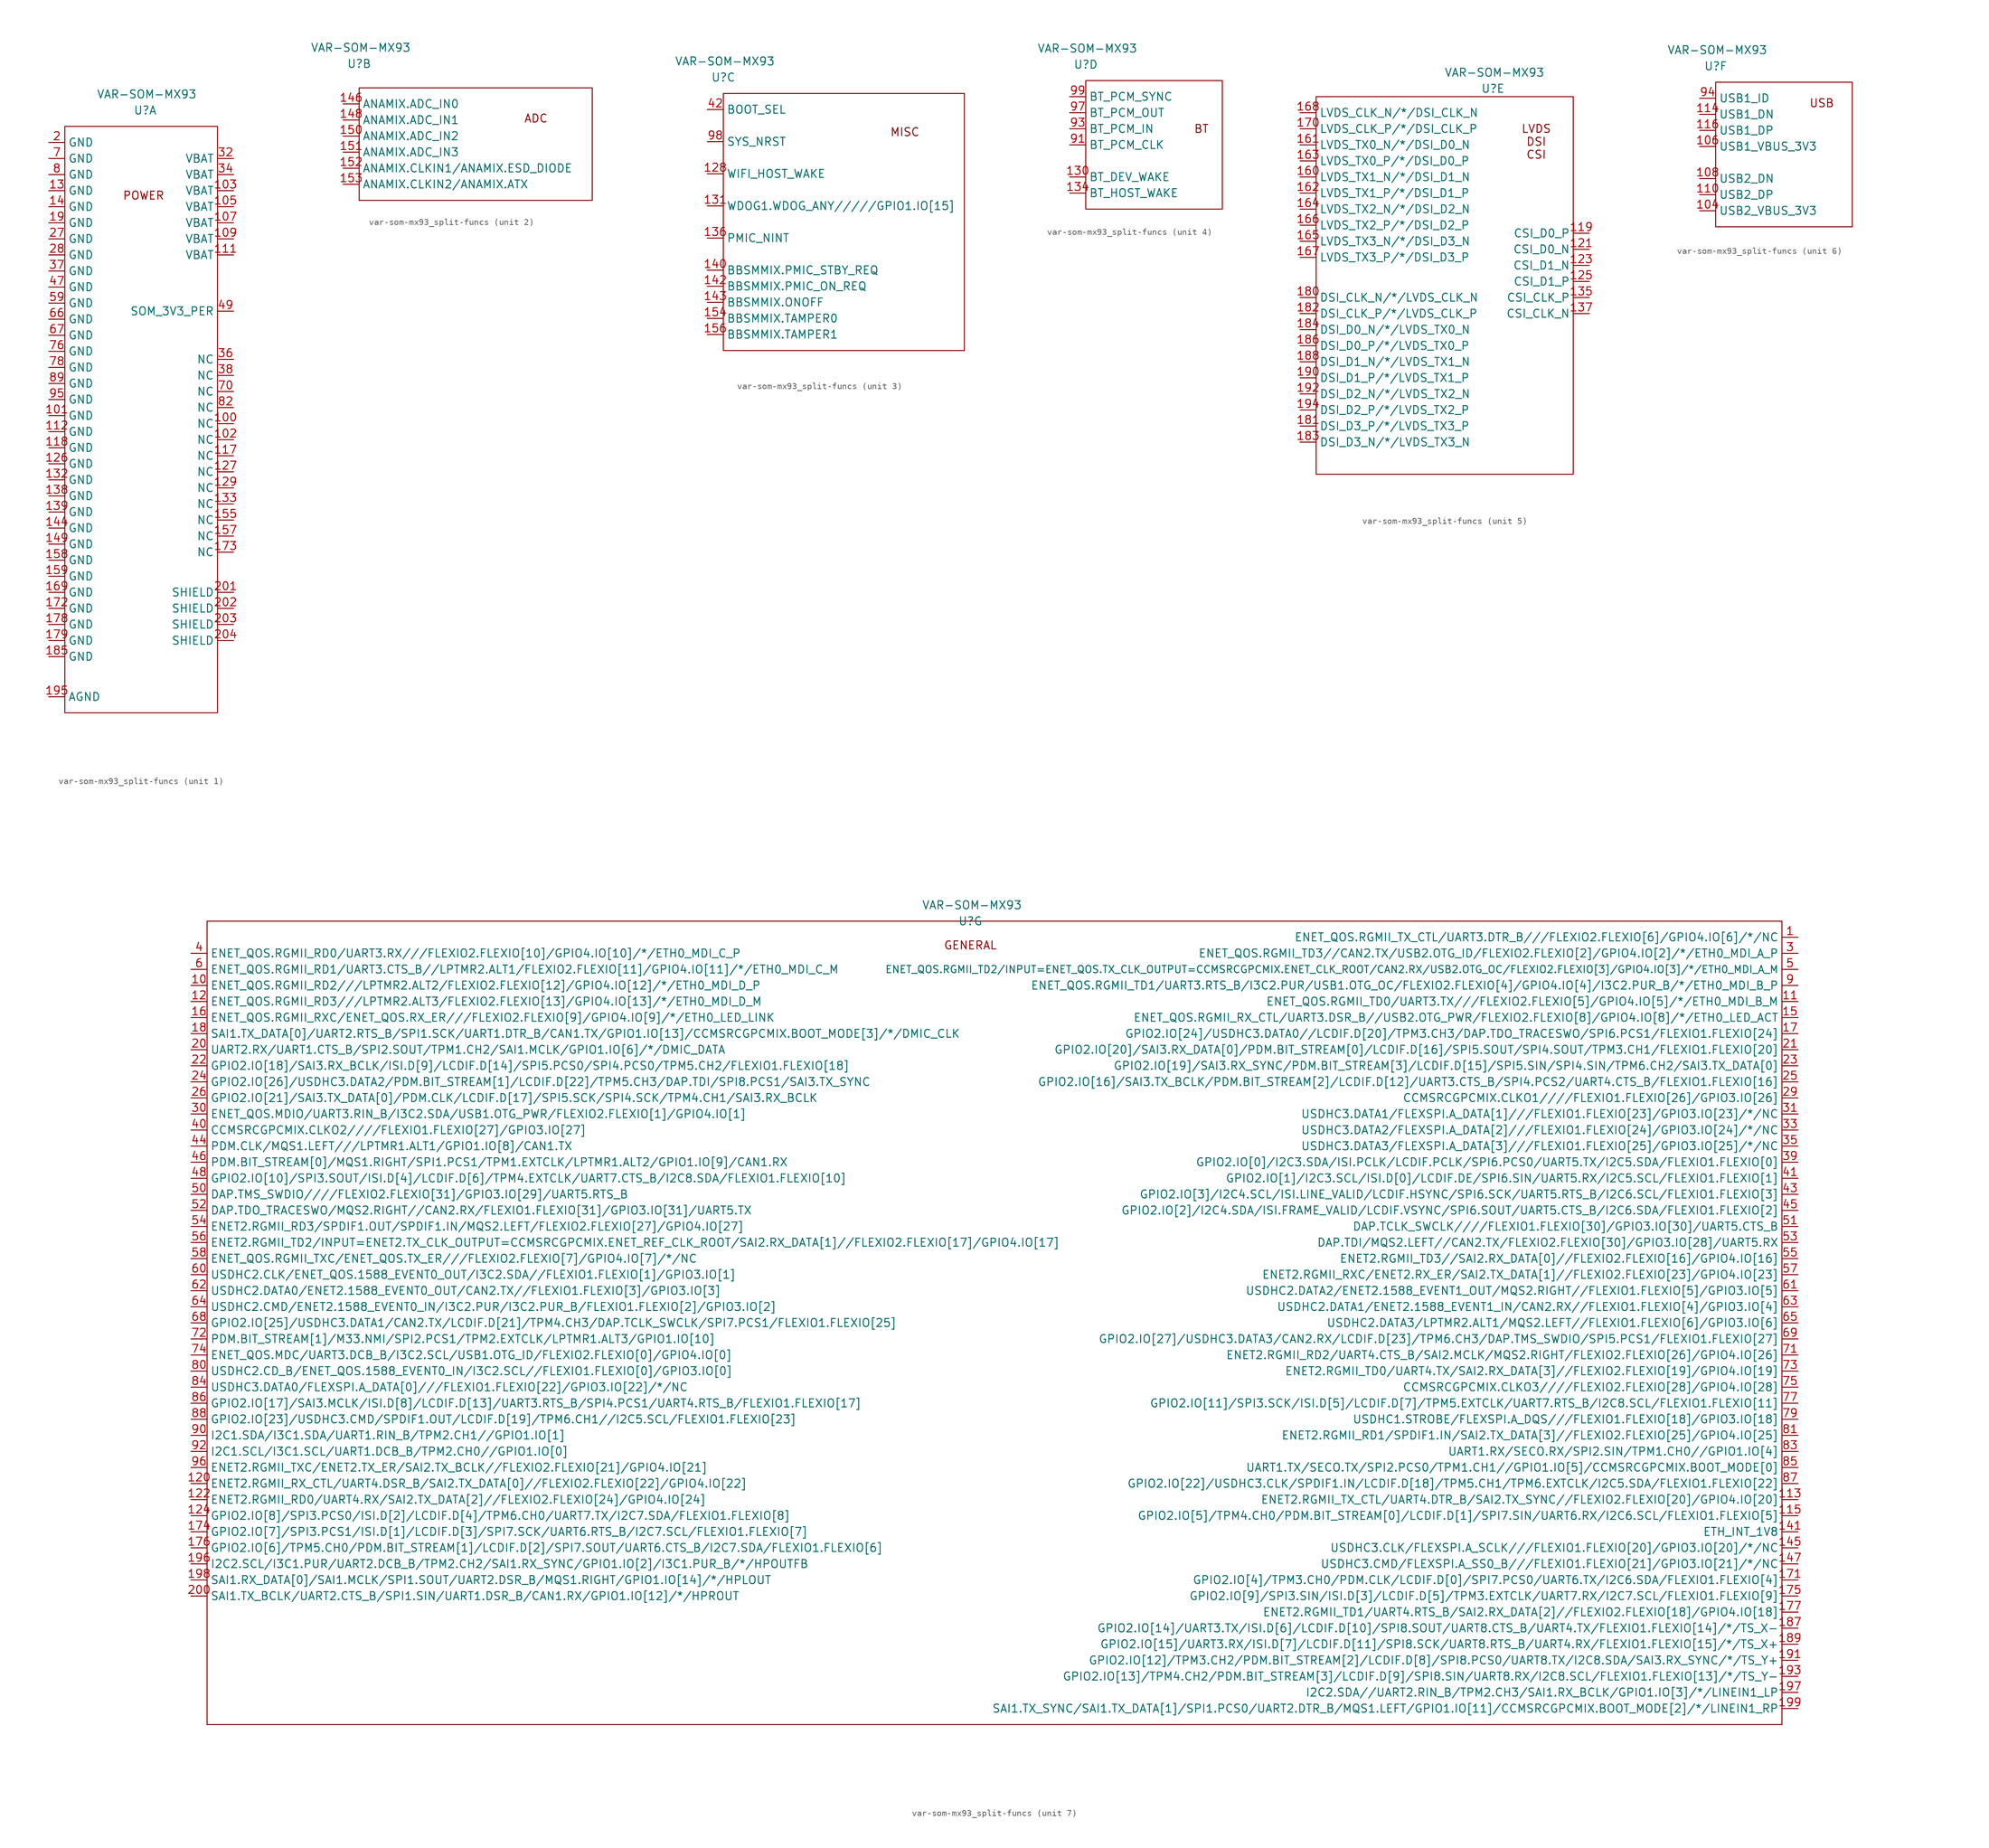
<source format=kicad_sym>
(kicad_symbol_lib
  (version 20241209)
  (generator "kicad_symbol_editor")
  (generator_version "9.0")
  (symbol "var-som-mx93_split-funcs"
    (property "Reference" "U"
      (at 0 0 0)
      (effects (font (size 1.27 1.27))))
    (property "Value" "VAR-SOM-MX93"
      (at 0.254 2.54 0)
      (effects (font (size 1.27 1.27))))
    (property "ki_locked" ""
      (at 0 0 0)
      (effects (font (size 1.27 1.27))))
    (symbol "var-som-mx93_split-funcs_1_0"
      (pin unspecified line (at -15.24 -5.08 0) (length 2.54) (name "GND" (effects (font (size 1.27 1.27)))) (number "2" (effects (font (size 1.27 1.27)))))
      (pin unspecified line (at -15.24 -7.62 0) (length 2.54) (name "GND" (effects (font (size 1.27 1.27)))) (number "7" (effects (font (size 1.27 1.27)))))
      (pin unspecified line (at -15.24 -10.16 0) (length 2.54) (name "GND" (effects (font (size 1.27 1.27)))) (number "8" (effects (font (size 1.27 1.27)))))
      (pin unspecified line (at -15.24 -12.7 0) (length 2.54) (name "GND" (effects (font (size 1.27 1.27)))) (number "13" (effects (font (size 1.27 1.27)))))
      (pin unspecified line (at -15.24 -15.24 0) (length 2.54) (name "GND" (effects (font (size 1.27 1.27)))) (number "14" (effects (font (size 1.27 1.27)))))
      (pin unspecified line (at -15.24 -17.78 0) (length 2.54) (name "GND" (effects (font (size 1.27 1.27)))) (number "19" (effects (font (size 1.27 1.27)))))
      (pin unspecified line (at -15.24 -20.32 0) (length 2.54) (name "GND" (effects (font (size 1.27 1.27)))) (number "27" (effects (font (size 1.27 1.27)))))
      (pin unspecified line (at -15.24 -22.86 0) (length 2.54) (name "GND" (effects (font (size 1.27 1.27)))) (number "28" (effects (font (size 1.27 1.27)))))
      (pin unspecified line (at -15.24 -25.4 0) (length 2.54) (name "GND" (effects (font (size 1.27 1.27)))) (number "37" (effects (font (size 1.27 1.27)))))
      (pin unspecified line (at -15.24 -27.94 0) (length 2.54) (name "GND" (effects (font (size 1.27 1.27)))) (number "47" (effects (font (size 1.27 1.27)))))
      (pin unspecified line (at -15.24 -30.48 0) (length 2.54) (name "GND" (effects (font (size 1.27 1.27)))) (number "59" (effects (font (size 1.27 1.27)))))
      (pin unspecified line (at -15.24 -33.02 0) (length 2.54) (name "GND" (effects (font (size 1.27 1.27)))) (number "66" (effects (font (size 1.27 1.27)))))
      (pin unspecified line (at -15.24 -35.56 0) (length 2.54) (name "GND" (effects (font (size 1.27 1.27)))) (number "67" (effects (font (size 1.27 1.27)))))
      (pin unspecified line (at -15.24 -38.1 0) (length 2.54) (name "GND" (effects (font (size 1.27 1.27)))) (number "76" (effects (font (size 1.27 1.27)))))
      (pin unspecified line (at -15.24 -40.64 0) (length 2.54) (name "GND" (effects (font (size 1.27 1.27)))) (number "78" (effects (font (size 1.27 1.27)))))
      (pin unspecified line (at -15.24 -43.18 0) (length 2.54) (name "GND" (effects (font (size 1.27 1.27)))) (number "89" (effects (font (size 1.27 1.27)))))
      (pin unspecified line (at -15.24 -45.72 0) (length 2.54) (name "GND" (effects (font (size 1.27 1.27)))) (number "95" (effects (font (size 1.27 1.27)))))
      (pin unspecified line (at -15.24 -48.26 0) (length 2.54) (name "GND" (effects (font (size 1.27 1.27)))) (number "101" (effects (font (size 1.27 1.27)))))
      (pin unspecified line (at -15.24 -50.8 0) (length 2.54) (name "GND" (effects (font (size 1.27 1.27)))) (number "112" (effects (font (size 1.27 1.27)))))
      (pin unspecified line (at -15.24 -53.34 0) (length 2.54) (name "GND" (effects (font (size 1.27 1.27)))) (number "118" (effects (font (size 1.27 1.27)))))
      (pin unspecified line (at -15.24 -55.88 0) (length 2.54) (name "GND" (effects (font (size 1.27 1.27)))) (number "126" (effects (font (size 1.27 1.27)))))
      (pin unspecified line (at -15.24 -58.42 0) (length 2.54) (name "GND" (effects (font (size 1.27 1.27)))) (number "132" (effects (font (size 1.27 1.27)))))
      (pin unspecified line (at -15.24 -60.96 0) (length 2.54) (name "GND" (effects (font (size 1.27 1.27)))) (number "138" (effects (font (size 1.27 1.27)))))
      (pin unspecified line (at -15.24 -63.5 0) (length 2.54) (name "GND" (effects (font (size 1.27 1.27)))) (number "139" (effects (font (size 1.27 1.27)))))
      (pin unspecified line (at -15.24 -66.04 0) (length 2.54) (name "GND" (effects (font (size 1.27 1.27)))) (number "144" (effects (font (size 1.27 1.27)))))
      (pin unspecified line (at -15.24 -68.58 0) (length 2.54) (name "GND" (effects (font (size 1.27 1.27)))) (number "149" (effects (font (size 1.27 1.27)))))
      (pin unspecified line (at -15.24 -71.12 0) (length 2.54) (name "GND" (effects (font (size 1.27 1.27)))) (number "158" (effects (font (size 1.27 1.27)))))
      (pin unspecified line (at -15.24 -73.66 0) (length 2.54) (name "GND" (effects (font (size 1.27 1.27)))) (number "159" (effects (font (size 1.27 1.27)))))
      (pin unspecified line (at -15.24 -76.2 0) (length 2.54) (name "GND" (effects (font (size 1.27 1.27)))) (number "169" (effects (font (size 1.27 1.27)))))
      (pin unspecified line (at -15.24 -78.74 0) (length 2.54) (name "GND" (effects (font (size 1.27 1.27)))) (number "172" (effects (font (size 1.27 1.27)))))
      (pin unspecified line (at -15.24 -81.28 0) (length 2.54) (name "GND" (effects (font (size 1.27 1.27)))) (number "178" (effects (font (size 1.27 1.27)))))
      (pin unspecified line (at -15.24 -83.82 0) (length 2.54) (name "GND" (effects (font (size 1.27 1.27)))) (number "179" (effects (font (size 1.27 1.27)))))
      (pin unspecified line (at -15.24 -86.36 0) (length 2.54) (name "GND" (effects (font (size 1.27 1.27)))) (number "185" (effects (font (size 1.27 1.27)))))
      (pin unspecified line (at -15.24 -92.71 0) (length 2.54) (name "AGND" (effects (font (size 1.27 1.27)))) (number "195" (effects (font (size 1.27 1.27)))))
      (pin unspecified line (at 13.97 -7.62 180) (length 2.54) (name "VBAT" (effects (font (size 1.27 1.27)))) (number "32" (effects (font (size 1.27 1.27)))))
      (pin unspecified line (at 13.97 -10.16 180) (length 2.54) (name "VBAT" (effects (font (size 1.27 1.27)))) (number "34" (effects (font (size 1.27 1.27)))))
      (pin unspecified line (at 13.97 -12.7 180) (length 2.54) (name "VBAT" (effects (font (size 1.27 1.27)))) (number "103" (effects (font (size 1.27 1.27)))))
      (pin unspecified line (at 13.97 -15.24 180) (length 2.54) (name "VBAT" (effects (font (size 1.27 1.27)))) (number "105" (effects (font (size 1.27 1.27)))))
      (pin unspecified line (at 13.97 -17.78 180) (length 2.54) (name "VBAT" (effects (font (size 1.27 1.27)))) (number "107" (effects (font (size 1.27 1.27)))))
      (pin unspecified line (at 13.97 -20.32 180) (length 2.54) (name "VBAT" (effects (font (size 1.27 1.27)))) (number "109" (effects (font (size 1.27 1.27)))))
      (pin unspecified line (at 13.97 -22.86 180) (length 2.54) (name "VBAT" (effects (font (size 1.27 1.27)))) (number "111" (effects (font (size 1.27 1.27)))))
      (pin unspecified line (at 13.97 -31.75 180) (length 2.54) (name "SOM_3V3_PER" (effects (font (size 1.27 1.27)))) (number "49" (effects (font (size 1.27 1.27)))))
      (pin unspecified line (at 13.97 -39.37 180) (length 2.54) (name "NC" (effects (font (size 1.27 1.27)))) (number "36" (effects (font (size 1.27 1.27)))))
      (pin unspecified line (at 13.97 -41.91 180) (length 2.54) (name "NC" (effects (font (size 1.27 1.27)))) (number "38" (effects (font (size 1.27 1.27)))))
      (pin unspecified line (at 13.97 -44.45 180) (length 2.54) (name "NC" (effects (font (size 1.27 1.27)))) (number "70" (effects (font (size 1.27 1.27)))))
      (pin unspecified line (at 13.97 -46.99 180) (length 2.54) (name "NC" (effects (font (size 1.27 1.27)))) (number "82" (effects (font (size 1.27 1.27)))))
      (pin unspecified line (at 13.97 -49.53 180) (length 2.54) (name "NC" (effects (font (size 1.27 1.27)))) (number "100" (effects (font (size 1.27 1.27)))))
      (pin unspecified line (at 13.97 -52.07 180) (length 2.54) (name "NC" (effects (font (size 1.27 1.27)))) (number "102" (effects (font (size 1.27 1.27)))))
      (pin unspecified line (at 13.97 -54.61 180) (length 2.54) (name "NC" (effects (font (size 1.27 1.27)))) (number "117" (effects (font (size 1.27 1.27)))))
      (pin unspecified line (at 13.97 -57.15 180) (length 2.54) (name "NC" (effects (font (size 1.27 1.27)))) (number "127" (effects (font (size 1.27 1.27)))))
      (pin unspecified line (at 13.97 -59.69 180) (length 2.54) (name "NC" (effects (font (size 1.27 1.27)))) (number "129" (effects (font (size 1.27 1.27)))))
      (pin unspecified line (at 13.97 -62.23 180) (length 2.54) (name "NC" (effects (font (size 1.27 1.27)))) (number "133" (effects (font (size 1.27 1.27)))))
      (pin unspecified line (at 13.97 -64.77 180) (length 2.54) (name "NC" (effects (font (size 1.27 1.27)))) (number "155" (effects (font (size 1.27 1.27)))))
      (pin unspecified line (at 13.97 -67.31 180) (length 2.54) (name "NC" (effects (font (size 1.27 1.27)))) (number "157" (effects (font (size 1.27 1.27)))))
      (pin unspecified line (at 13.97 -69.85 180) (length 2.54) (name "NC" (effects (font (size 1.27 1.27)))) (number "173" (effects (font (size 1.27 1.27))))))
    (symbol "var-som-mx93_split-funcs_1_1"
      (rectangle (start -12.7 -2.54) (end 11.43 -95.25) (stroke (width 0) (type default)) (fill (type none)))
      (text "POWER" (at -0.254 -13.462 0) (effects (font (size 1.27 1.27))))
      (pin unspecified line (at 13.97 -76.2 180) (length 2.54) (name "SHIELD" (effects (font (size 1.27 1.27)))) (number "201" (effects (font (size 1.27 1.27)))))
      (pin unspecified line (at 13.97 -78.74 180) (length 2.54) (name "SHIELD" (effects (font (size 1.27 1.27)))) (number "202" (effects (font (size 1.27 1.27)))))
      (pin unspecified line (at 13.97 -81.28 180) (length 2.54) (name "SHIELD" (effects (font (size 1.27 1.27)))) (number "203" (effects (font (size 1.27 1.27)))))
      (pin unspecified line (at 13.97 -83.82 180) (length 2.54) (name "SHIELD" (effects (font (size 1.27 1.27)))) (number "204" (effects (font (size 1.27 1.27))))))
    (symbol "var-som-mx93_split-funcs_2_0"
      (pin unspecified line (at -2.54 -6.35 0) (length 2.54) (name "ANAMIX.ADC_IN0" (effects (font (size 1.27 1.27)))) (number "146" (effects (font (size 1.27 1.27)))))
      (pin unspecified line (at -2.54 -8.89 0) (length 2.54) (name "ANAMIX.ADC_IN1" (effects (font (size 1.27 1.27)))) (number "148" (effects (font (size 1.27 1.27)))))
      (pin unspecified line (at -2.54 -11.43 0) (length 2.54) (name "ANAMIX.ADC_IN2" (effects (font (size 1.27 1.27)))) (number "150" (effects (font (size 1.27 1.27)))))
      (pin unspecified line (at -2.54 -13.97 0) (length 2.54) (name "ANAMIX.ADC_IN3" (effects (font (size 1.27 1.27)))) (number "151" (effects (font (size 1.27 1.27)))))
      (pin unspecified line (at -2.54 -16.51 0) (length 2.54) (name "ANAMIX.CLKIN1/ANAMIX.ESD_DIODE" (effects (font (size 1.27 1.27)))) (number "152" (effects (font (size 1.27 1.27)))))
      (pin unspecified line (at -2.54 -19.05 0) (length 2.54) (name "ANAMIX.CLKIN2/ANAMIX.ATX" (effects (font (size 1.27 1.27)))) (number "153" (effects (font (size 1.27 1.27))))))
    (symbol "var-som-mx93_split-funcs_2_1"
      (rectangle (start 0 -3.81) (end 36.83 -21.59) (stroke (width 0) (type default)) (fill (type none)))
      (text "ADC" (at 27.94 -8.636 0) (effects (font (size 1.27 1.27)))))
    (symbol "var-som-mx93_split-funcs_3_0"
      (pin unspecified line (at -2.54 -5.08 0) (length 2.54) (name "BOOT_SEL" (effects (font (size 1.27 1.27)))) (number "42" (effects (font (size 1.27 1.27)))))
      (pin unspecified line (at -2.54 -10.16 0) (length 2.54) (name "SYS_NRST" (effects (font (size 1.27 1.27)))) (number "98" (effects (font (size 1.27 1.27)))))
      (pin unspecified line (at -2.54 -15.24 0) (length 2.54) (name "WIFI_HOST_WAKE" (effects (font (size 1.27 1.27)))) (number "128" (effects (font (size 1.27 1.27)))))
      (pin unspecified line (at -2.54 -20.32 0) (length 2.54) (name "WDOG1.WDOG_ANY/////GPIO1.IO[15]" (effects (font (size 1.27 1.27)))) (number "131" (effects (font (size 1.27 1.27)))))
      (pin unspecified line (at -2.54 -25.4 0) (length 2.54) (name "PMIC_NINT" (effects (font (size 1.27 1.27)))) (number "136" (effects (font (size 1.27 1.27)))))
      (pin unspecified line (at -2.54 -30.48 0) (length 2.54) (name "BBSMMIX.PMIC_STBY_REQ" (effects (font (size 1.27 1.27)))) (number "140" (effects (font (size 1.27 1.27)))))
      (pin unspecified line (at -2.54 -33.02 0) (length 2.54) (name "BBSMMIX.PMIC_ON_REQ" (effects (font (size 1.27 1.27)))) (number "142" (effects (font (size 1.27 1.27)))))
      (pin unspecified line (at -2.54 -35.56 0) (length 2.54) (name "BBSMMIX.ONOFF" (effects (font (size 1.27 1.27)))) (number "143" (effects (font (size 1.27 1.27)))))
      (pin unspecified line (at -2.54 -38.1 0) (length 2.54) (name "BBSMMIX.TAMPER0" (effects (font (size 1.27 1.27)))) (number "154" (effects (font (size 1.27 1.27)))))
      (pin unspecified line (at -2.54 -40.64 0) (length 2.54) (name "BBSMMIX.TAMPER1" (effects (font (size 1.27 1.27)))) (number "156" (effects (font (size 1.27 1.27))))))
    (symbol "var-som-mx93_split-funcs_3_1"
      (rectangle (start 0 -2.54) (end 38.1 -43.18) (stroke (width 0) (type default)) (fill (type none)))
      (text "MISC" (at 28.702 -8.636 0) (effects (font (size 1.27 1.27)))))
    (symbol "var-som-mx93_split-funcs_4_0"
      (pin unspecified line (at -2.54 -5.08 0) (length 2.54) (name "BT_PCM_SYNC" (effects (font (size 1.27 1.27)))) (number "99" (effects (font (size 1.27 1.27)))))
      (pin unspecified line (at -2.54 -7.62 0) (length 2.54) (name "BT_PCM_OUT" (effects (font (size 1.27 1.27)))) (number "97" (effects (font (size 1.27 1.27)))))
      (pin unspecified line (at -2.54 -10.16 0) (length 2.54) (name "BT_PCM_IN" (effects (font (size 1.27 1.27)))) (number "93" (effects (font (size 1.27 1.27)))))
      (pin unspecified line (at -2.54 -12.7 0) (length 2.54) (name "BT_PCM_CLK" (effects (font (size 1.27 1.27)))) (number "91" (effects (font (size 1.27 1.27)))))
      (pin unspecified line (at -2.54 -17.78 0) (length 2.54) (name "BT_DEV_WAKE" (effects (font (size 1.27 1.27)))) (number "130" (effects (font (size 1.27 1.27)))))
      (pin unspecified line (at -2.54 -20.32 0) (length 2.54) (name "BT_HOST_WAKE" (effects (font (size 1.27 1.27)))) (number "134" (effects (font (size 1.27 1.27))))))
    (symbol "var-som-mx93_split-funcs_4_1"
      (rectangle (start 0 -2.54) (end 21.59 -22.86) (stroke (width 0) (type default)) (fill (type none)))
      (text "BT" (at 18.288 -10.16 0) (effects (font (size 1.27 1.27)))))
    (symbol "var-som-mx93_split-funcs_5_0"
      (pin unspecified line (at -30.48 -3.81 0) (length 2.54) (name "LVDS_CLK_N/*/DSI_CLK_N" (effects (font (size 1.27 1.27)))) (number "168" (effects (font (size 1.27 1.27)))))
      (pin unspecified line (at -30.48 -6.35 0) (length 2.54) (name "LVDS_CLK_P/*/DSI_CLK_P" (effects (font (size 1.27 1.27)))) (number "170" (effects (font (size 1.27 1.27)))))
      (pin unspecified line (at -30.48 -8.89 0) (length 2.54) (name "LVDS_TX0_N/*/DSI_D0_N" (effects (font (size 1.27 1.27)))) (number "161" (effects (font (size 1.27 1.27)))))
      (pin unspecified line (at -30.48 -11.43 0) (length 2.54) (name "LVDS_TX0_P/*/DSI_D0_P" (effects (font (size 1.27 1.27)))) (number "163" (effects (font (size 1.27 1.27)))))
      (pin unspecified line (at -30.48 -13.97 0) (length 2.54) (name "LVDS_TX1_N/*/DSI_D1_N" (effects (font (size 1.27 1.27)))) (number "160" (effects (font (size 1.27 1.27)))))
      (pin unspecified line (at -30.48 -16.51 0) (length 2.54) (name "LVDS_TX1_P/*/DSI_D1_P" (effects (font (size 1.27 1.27)))) (number "162" (effects (font (size 1.27 1.27)))))
      (pin unspecified line (at -30.48 -19.05 0) (length 2.54) (name "LVDS_TX2_N/*/DSI_D2_N" (effects (font (size 1.27 1.27)))) (number "164" (effects (font (size 1.27 1.27)))))
      (pin unspecified line (at -30.48 -21.59 0) (length 2.54) (name "LVDS_TX2_P/*/DSI_D2_P" (effects (font (size 1.27 1.27)))) (number "166" (effects (font (size 1.27 1.27)))))
      (pin unspecified line (at -30.48 -24.13 0) (length 2.54) (name "LVDS_TX3_N/*/DSI_D3_N" (effects (font (size 1.27 1.27)))) (number "165" (effects (font (size 1.27 1.27)))))
      (pin unspecified line (at -30.48 -26.67 0) (length 2.54) (name "LVDS_TX3_P/*/DSI_D3_P" (effects (font (size 1.27 1.27)))) (number "167" (effects (font (size 1.27 1.27)))))
      (pin unspecified line (at -30.48 -33.02 0) (length 2.54) (name "DSI_CLK_N/*/LVDS_CLK_N" (effects (font (size 1.27 1.27)))) (number "180" (effects (font (size 1.27 1.27)))))
      (pin unspecified line (at -30.48 -35.56 0) (length 2.54) (name "DSI_CLK_P/*/LVDS_CLK_P" (effects (font (size 1.27 1.27)))) (number "182" (effects (font (size 1.27 1.27)))))
      (pin unspecified line (at -30.48 -38.1 0) (length 2.54) (name "DSI_D0_N/*/LVDS_TX0_N" (effects (font (size 1.27 1.27)))) (number "184" (effects (font (size 1.27 1.27)))))
      (pin unspecified line (at -30.48 -40.64 0) (length 2.54) (name "DSI_D0_P/*/LVDS_TX0_P" (effects (font (size 1.27 1.27)))) (number "186" (effects (font (size 1.27 1.27)))))
      (pin unspecified line (at -30.48 -43.18 0) (length 2.54) (name "DSI_D1_N/*/LVDS_TX1_N" (effects (font (size 1.27 1.27)))) (number "188" (effects (font (size 1.27 1.27)))))
      (pin unspecified line (at -30.48 -45.72 0) (length 2.54) (name "DSI_D1_P/*/LVDS_TX1_P" (effects (font (size 1.27 1.27)))) (number "190" (effects (font (size 1.27 1.27)))))
      (pin unspecified line (at -30.48 -48.26 0) (length 2.54) (name "DSI_D2_N/*/LVDS_TX2_N" (effects (font (size 1.27 1.27)))) (number "192" (effects (font (size 1.27 1.27)))))
      (pin unspecified line (at -30.48 -50.8 0) (length 2.54) (name "DSI_D2_P/*/LVDS_TX2_P" (effects (font (size 1.27 1.27)))) (number "194" (effects (font (size 1.27 1.27)))))
      (pin unspecified line (at -30.48 -53.34 0) (length 2.54) (name "DSI_D3_P/*/LVDS_TX3_P" (effects (font (size 1.27 1.27)))) (number "181" (effects (font (size 1.27 1.27)))))
      (pin unspecified line (at -30.48 -55.88 0) (length 2.54) (name "DSI_D3_N/*/LVDS_TX3_N" (effects (font (size 1.27 1.27)))) (number "183" (effects (font (size 1.27 1.27)))))
      (pin unspecified line (at 15.24 -22.86 180) (length 2.54) (name "CSI_D0_P" (effects (font (size 1.27 1.27)))) (number "119" (effects (font (size 1.27 1.27)))))
      (pin unspecified line (at 15.24 -25.4 180) (length 2.54) (name "CSI_D0_N" (effects (font (size 1.27 1.27)))) (number "121" (effects (font (size 1.27 1.27)))))
      (pin unspecified line (at 15.24 -27.94 180) (length 2.54) (name "CSI_D1_N" (effects (font (size 1.27 1.27)))) (number "123" (effects (font (size 1.27 1.27)))))
      (pin unspecified line (at 15.24 -30.48 180) (length 2.54) (name "CSI_D1_P" (effects (font (size 1.27 1.27)))) (number "125" (effects (font (size 1.27 1.27)))))
      (pin unspecified line (at 15.24 -33.02 180) (length 2.54) (name "CSI_CLK_P" (effects (font (size 1.27 1.27)))) (number "135" (effects (font (size 1.27 1.27)))))
      (pin unspecified line (at 15.24 -35.56 180) (length 2.54) (name "CSI_CLK_N" (effects (font (size 1.27 1.27)))) (number "137" (effects (font (size 1.27 1.27))))))
    (symbol "var-som-mx93_split-funcs_5_1"
      (rectangle (start -27.94 -1.27) (end 12.7 -60.96) (stroke (width 0) (type default)) (fill (type none)))
      (text "LVDS\nDSI\nCSI" (at 6.858 -8.382 0) (effects (font (size 1.27 1.27)))))
    (symbol "var-som-mx93_split-funcs_6_0"
      (pin unspecified line (at -2.54 -5.08 0) (length 2.54) (name "USB1_ID" (effects (font (size 1.27 1.27)))) (number "94" (effects (font (size 1.27 1.27)))))
      (pin unspecified line (at -2.54 -7.62 0) (length 2.54) (name "USB1_DN" (effects (font (size 1.27 1.27)))) (number "114" (effects (font (size 1.27 1.27)))))
      (pin unspecified line (at -2.54 -10.16 0) (length 2.54) (name "USB1_DP" (effects (font (size 1.27 1.27)))) (number "116" (effects (font (size 1.27 1.27)))))
      (pin unspecified line (at -2.54 -12.7 0) (length 2.54) (name "USB1_VBUS_3V3" (effects (font (size 1.27 1.27)))) (number "106" (effects (font (size 1.27 1.27)))))
      (pin unspecified line (at -2.54 -17.78 0) (length 2.54) (name "USB2_DN" (effects (font (size 1.27 1.27)))) (number "108" (effects (font (size 1.27 1.27)))))
      (pin unspecified line (at -2.54 -20.32 0) (length 2.54) (name "USB2_DP" (effects (font (size 1.27 1.27)))) (number "110" (effects (font (size 1.27 1.27)))))
      (pin unspecified line (at -2.54 -22.86 0) (length 2.54) (name "USB2_VBUS_3V3" (effects (font (size 1.27 1.27)))) (number "104" (effects (font (size 1.27 1.27))))))
    (symbol "var-som-mx93_split-funcs_6_1"
      (rectangle (start 0 -2.54) (end 21.59 -25.4) (stroke (width 0) (type default)) (fill (type none)))
      (text "USB" (at 16.764 -5.842 0) (effects (font (size 1.27 1.27)))))
    (symbol "var-som-mx93_split-funcs_7_0"
      (pin unspecified line (at -123.19 -5.08 0) (length 2.54) (name "ENET_QOS.RGMII_RD0/UART3.RX///FLEXIO2.FLEXIO[10]/GPIO4.IO[10]/*/ETH0_MDI_C_P" (effects (font (size 1.27 1.27)))) (number "4" (effects (font (size 1.27 1.27)))))
      (pin unspecified line (at -123.19 -7.62 0) (length 2.54) (name "ENET_QOS.RGMII_RD1/UART3.CTS_B//LPTMR2.ALT1/FLEXIO2.FLEXIO[11]/GPIO4.IO[11]/*/ETH0_MDI_C_M" (effects (font (size 1.27 1.27)))) (number "6" (effects (font (size 1.27 1.27)))))
      (pin unspecified line (at -123.19 -10.16 0) (length 2.54) (name "ENET_QOS.RGMII_RD2///LPTMR2.ALT2/FLEXIO2.FLEXIO[12]/GPIO4.IO[12]/*/ETH0_MDI_D_P" (effects (font (size 1.27 1.27)))) (number "10" (effects (font (size 1.27 1.27)))))
      (pin unspecified line (at -123.19 -12.7 0) (length 2.54) (name "ENET_QOS.RGMII_RD3///LPTMR2.ALT3/FLEXIO2.FLEXIO[13]/GPIO4.IO[13]/*/ETH0_MDI_D_M" (effects (font (size 1.27 1.27)))) (number "12" (effects (font (size 1.27 1.27)))))
      (pin unspecified line (at -123.19 -15.24 0) (length 2.54) (name "ENET_QOS.RGMII_RXC/ENET_QOS.RX_ER///FLEXIO2.FLEXIO[9]/GPIO4.IO[9]/*/ETH0_LED_LINK" (effects (font (size 1.27 1.27)))) (number "16" (effects (font (size 1.27 1.27)))))
      (pin unspecified line (at -123.19 -17.78 0) (length 2.54) (name "SAI1.TX_DATA[0]/UART2.RTS_B/SPI1.SCK/UART1.DTR_B/CAN1.TX/GPIO1.IO[13]/CCMSRCGPCMIX.BOOT_MODE[3]/*/DMIC_CLK" (effects (font (size 1.27 1.27)))) (number "18" (effects (font (size 1.27 1.27)))))
      (pin unspecified line (at -123.19 -20.32 0) (length 2.54) (name "UART2.RX/UART1.CTS_B/SPI2.SOUT/TPM1.CH2/SAI1.MCLK/GPIO1.IO[6]/*/DMIC_DATA" (effects (font (size 1.27 1.27)))) (number "20" (effects (font (size 1.27 1.27)))))
      (pin unspecified line (at -123.19 -22.86 0) (length 2.54) (name "GPIO2.IO[18]/SAI3.RX_BCLK/ISI.D[9]/LCDIF.D[14]/SPI5.PCS0/SPI4.PCS0/TPM5.CH2/FLEXIO1.FLEXIO[18]" (effects (font (size 1.27 1.27)))) (number "22" (effects (font (size 1.27 1.27)))))
      (pin unspecified line (at -123.19 -25.4 0) (length 2.54) (name "GPIO2.IO[26]/USDHC3.DATA2/PDM.BIT_STREAM[1]/LCDIF.D[22]/TPM5.CH3/DAP.TDI/SPI8.PCS1/SAI3.TX_SYNC" (effects (font (size 1.27 1.27)))) (number "24" (effects (font (size 1.27 1.27)))))
      (pin unspecified line (at -123.19 -27.94 0) (length 2.54) (name "GPIO2.IO[21]/SAI3.TX_DATA[0]/PDM.CLK/LCDIF.D[17]/SPI5.SCK/SPI4.SCK/TPM4.CH1/SAI3.RX_BCLK" (effects (font (size 1.27 1.27)))) (number "26" (effects (font (size 1.27 1.27)))))
      (pin unspecified line (at -123.19 -30.48 0) (length 2.54) (name "ENET_QOS.MDIO/UART3.RIN_B/I3C2.SDA/USB1.OTG_PWR/FLEXIO2.FLEXIO[1]/GPIO4.IO[1]" (effects (font (size 1.27 1.27)))) (number "30" (effects (font (size 1.27 1.27)))))
      (pin unspecified line (at -123.19 -33.02 0) (length 2.54) (name "CCMSRCGPCMIX.CLKO2////FLEXIO1.FLEXIO[27]/GPIO3.IO[27]" (effects (font (size 1.27 1.27)))) (number "40" (effects (font (size 1.27 1.27)))))
      (pin unspecified line (at -123.19 -35.56 0) (length 2.54) (name "PDM.CLK/MQS1.LEFT///LPTMR1.ALT1/GPIO1.IO[8]/CAN1.TX" (effects (font (size 1.27 1.27)))) (number "44" (effects (font (size 1.27 1.27)))))
      (pin unspecified line (at -123.19 -38.1 0) (length 2.54) (name "PDM.BIT_STREAM[0]/MQS1.RIGHT/SPI1.PCS1/TPM1.EXTCLK/LPTMR1.ALT2/GPIO1.IO[9]/CAN1.RX" (effects (font (size 1.27 1.27)))) (number "46" (effects (font (size 1.27 1.27)))))
      (pin unspecified line (at -123.19 -40.64 0) (length 2.54) (name "GPIO2.IO[10]/SPI3.SOUT/ISI.D[4]/LCDIF.D[6]/TPM4.EXTCLK/UART7.CTS_B/I2C8.SDA/FLEXIO1.FLEXIO[10]" (effects (font (size 1.27 1.27)))) (number "48" (effects (font (size 1.27 1.27)))))
      (pin unspecified line (at -123.19 -43.18 0) (length 2.54) (name "DAP.TMS_SWDIO////FLEXIO2.FLEXIO[31]/GPIO3.IO[29]/UART5.RTS_B" (effects (font (size 1.27 1.27)))) (number "50" (effects (font (size 1.27 1.27)))))
      (pin unspecified line (at -123.19 -45.72 0) (length 2.54) (name "DAP.TDO_TRACESWO/MQS2.RIGHT//CAN2.RX/FLEXIO1.FLEXIO[31]/GPIO3.IO[31]/UART5.TX" (effects (font (size 1.27 1.27)))) (number "52" (effects (font (size 1.27 1.27)))))
      (pin unspecified line (at -123.19 -48.26 0) (length 2.54) (name "ENET2.RGMII_RD3/SPDIF1.OUT/SPDIF1.IN/MQS2.LEFT/FLEXIO2.FLEXIO[27]/GPIO4.IO[27]" (effects (font (size 1.27 1.27)))) (number "54" (effects (font (size 1.27 1.27)))))
      (pin unspecified line (at -123.19 -50.8 0) (length 2.54) (name "ENET2.RGMII_TD2/INPUT=ENET2.TX_CLK_OUTPUT=CCMSRCGPCMIX.ENET_REF_CLK_ROOT/SAI2.RX_DATA[1]//FLEXIO2.FLEXIO[17]/GPIO4.IO[17]" (effects (font (size 1.27 1.27)))) (number "56" (effects (font (size 1.27 1.27)))))
      (pin unspecified line (at -123.19 -53.34 0) (length 2.54) (name "ENET_QOS.RGMII_TXC/ENET_QOS.TX_ER///FLEXIO2.FLEXIO[7]/GPIO4.IO[7]/*/NC" (effects (font (size 1.27 1.27)))) (number "58" (effects (font (size 1.27 1.27)))))
      (pin unspecified line (at -123.19 -55.88 0) (length 2.54) (name "USDHC2.CLK/ENET_QOS.1588_EVENT0_OUT/I3C2.SDA//FLEXIO1.FLEXIO[1]/GPIO3.IO[1]" (effects (font (size 1.27 1.27)))) (number "60" (effects (font (size 1.27 1.27)))))
      (pin unspecified line (at -123.19 -58.42 0) (length 2.54) (name "USDHC2.DATA0/ENET2.1588_EVENT0_OUT/CAN2.TX//FLEXIO1.FLEXIO[3]/GPIO3.IO[3]" (effects (font (size 1.27 1.27)))) (number "62" (effects (font (size 1.27 1.27)))))
      (pin unspecified line (at -123.19 -60.96 0) (length 2.54) (name "USDHC2.CMD/ENET2.1588_EVENT0_IN/I3C2.PUR/I3C2.PUR_B/FLEXIO1.FLEXIO[2]/GPIO3.IO[2]" (effects (font (size 1.27 1.27)))) (number "64" (effects (font (size 1.27 1.27)))))
      (pin unspecified line (at -123.19 -63.5 0) (length 2.54) (name "GPIO2.IO[25]/USDHC3.DATA1/CAN2.TX/LCDIF.D[21]/TPM4.CH3/DAP.TCLK_SWCLK/SPI7.PCS1/FLEXIO1.FLEXIO[25]" (effects (font (size 1.27 1.27)))) (number "68" (effects (font (size 1.27 1.27)))))
      (pin unspecified line (at -123.19 -66.04 0) (length 2.54) (name "PDM.BIT_STREAM[1]/M33.NMI/SPI2.PCS1/TPM2.EXTCLK/LPTMR1.ALT3/GPIO1.IO[10]" (effects (font (size 1.27 1.27)))) (number "72" (effects (font (size 1.27 1.27)))))
      (pin unspecified line (at -123.19 -68.58 0) (length 2.54) (name "ENET_QOS.MDC/UART3.DCB_B/I3C2.SCL/USB1.OTG_ID/FLEXIO2.FLEXIO[0]/GPIO4.IO[0]" (effects (font (size 1.27 1.27)))) (number "74" (effects (font (size 1.27 1.27)))))
      (pin unspecified line (at -123.19 -71.12 0) (length 2.54) (name "USDHC2.CD_B/ENET_QOS.1588_EVENT0_IN/I3C2.SCL//FLEXIO1.FLEXIO[0]/GPIO3.IO[0]" (effects (font (size 1.27 1.27)))) (number "80" (effects (font (size 1.27 1.27)))))
      (pin unspecified line (at -123.19 -73.66 0) (length 2.54) (name "USDHC3.DATA0/FLEXSPI.A_DATA[0]///FLEXIO1.FLEXIO[22]/GPIO3.IO[22]/*/NC" (effects (font (size 1.27 1.27)))) (number "84" (effects (font (size 1.27 1.27)))))
      (pin unspecified line (at -123.19 -76.2 0) (length 2.54) (name "GPIO2.IO[17]/SAI3.MCLK/ISI.D[8]/LCDIF.D[13]/UART3.RTS_B/SPI4.PCS1/UART4.RTS_B/FLEXIO1.FLEXIO[17]" (effects (font (size 1.27 1.27)))) (number "86" (effects (font (size 1.27 1.27)))))
      (pin unspecified line (at -123.19 -78.74 0) (length 2.54) (name "GPIO2.IO[23]/USDHC3.CMD/SPDIF1.OUT/LCDIF.D[19]/TPM6.CH1//I2C5.SCL/FLEXIO1.FLEXIO[23]" (effects (font (size 1.27 1.27)))) (number "88" (effects (font (size 1.27 1.27)))))
      (pin unspecified line (at -123.19 -81.28 0) (length 2.54) (name "I2C1.SDA/I3C1.SDA/UART1.RIN_B/TPM2.CH1//GPIO1.IO[1]" (effects (font (size 1.27 1.27)))) (number "90" (effects (font (size 1.27 1.27)))))
      (pin unspecified line (at -123.19 -83.82 0) (length 2.54) (name "I2C1.SCL/I3C1.SCL/UART1.DCB_B/TPM2.CH0//GPIO1.IO[0]" (effects (font (size 1.27 1.27)))) (number "92" (effects (font (size 1.27 1.27)))))
      (pin unspecified line (at -123.19 -86.36 0) (length 2.54) (name "ENET2.RGMII_TXC/ENET2.TX_ER/SAI2.TX_BCLK//FLEXIO2.FLEXIO[21]/GPIO4.IO[21]" (effects (font (size 1.27 1.27)))) (number "96" (effects (font (size 1.27 1.27)))))
      (pin unspecified line (at -123.19 -88.9 0) (length 2.54) (name "ENET2.RGMII_RX_CTL/UART4.DSR_B/SAI2.TX_DATA[0]//FLEXIO2.FLEXIO[22]/GPIO4.IO[22]" (effects (font (size 1.27 1.27)))) (number "120" (effects (font (size 1.27 1.27)))))
      (pin unspecified line (at -123.19 -91.44 0) (length 2.54) (name "ENET2.RGMII_RD0/UART4.RX/SAI2.TX_DATA[2]//FLEXIO2.FLEXIO[24]/GPIO4.IO[24]" (effects (font (size 1.27 1.27)))) (number "122" (effects (font (size 1.27 1.27)))))
      (pin unspecified line (at -123.19 -93.98 0) (length 2.54) (name "GPIO2.IO[8]/SPI3.PCS0/ISI.D[2]/LCDIF.D[4]/TPM6.CH0/UART7.TX/I2C7.SDA/FLEXIO1.FLEXIO[8]" (effects (font (size 1.27 1.27)))) (number "124" (effects (font (size 1.27 1.27)))))
      (pin unspecified line (at -123.19 -96.52 0) (length 2.54) (name "GPIO2.IO[7]/SPI3.PCS1/ISI.D[1]/LCDIF.D[3]/SPI7.SCK/UART6.RTS_B/I2C7.SCL/FLEXIO1.FLEXIO[7]" (effects (font (size 1.27 1.27)))) (number "174" (effects (font (size 1.27 1.27)))))
      (pin unspecified line (at -123.19 -99.06 0) (length 2.54) (name "GPIO2.IO[6]/TPM5.CH0/PDM.BIT_STREAM[1]/LCDIF.D[2]/SPI7.SOUT/UART6.CTS_B/I2C7.SDA/FLEXIO1.FLEXIO[6]" (effects (font (size 1.27 1.27)))) (number "176" (effects (font (size 1.27 1.27)))))
      (pin unspecified line (at -123.19 -101.6 0) (length 2.54) (name "I2C2.SCL/I3C1.PUR/UART2.DCB_B/TPM2.CH2/SAI1.RX_SYNC/GPIO1.IO[2]/I3C1.PUR_B/*/HPOUTFB" (effects (font (size 1.27 1.27)))) (number "196" (effects (font (size 1.27 1.27)))))
      (pin unspecified line (at -123.19 -104.14 0) (length 2.54) (name "SAI1.RX_DATA[0]/SAI1.MCLK/SPI1.SOUT/UART2.DSR_B/MQS1.RIGHT/GPIO1.IO[14]/*/HPLOUT" (effects (font (size 1.27 1.27)))) (number "198" (effects (font (size 1.27 1.27)))))
      (pin unspecified line (at -123.19 -106.68 0) (length 2.54) (name "SAI1.TX_BCLK/UART2.CTS_B/SPI1.SIN/UART1.DSR_B/CAN1.RX/GPIO1.IO[12]/*/HPROUT" (effects (font (size 1.27 1.27)))) (number "200" (effects (font (size 1.27 1.27)))))
      (pin unspecified line (at 130.81 -2.54 180) (length 2.54) (name "ENET_QOS.RGMII_TX_CTL/UART3.DTR_B///FLEXIO2.FLEXIO[6]/GPIO4.IO[6]/*/NC" (effects (font (size 1.27 1.27)))) (number "1" (effects (font (size 1.27 1.27)))))
      (pin unspecified line (at 130.81 -5.08 180) (length 2.54) (name "ENET_QOS.RGMII_TD3//CAN2.TX/USB2.OTG_ID/FLEXIO2.FLEXIO[2]/GPIO4.IO[2]/*/ETH0_MDI_A_P" (effects (font (size 1.27 1.27)))) (number "3" (effects (font (size 1.27 1.27)))))
      (pin unspecified line (at 130.81 -7.62 180) (length 2.54) (name "ENET_QOS.RGMII_TD2/INPUT=ENET_QOS.TX_CLK_OUTPUT=CCMSRCGPCMIX.ENET_CLK_ROOT/CAN2.RX/USB2.OTG_OC/FLEXIO2.FLEXIO[3]/GPIO4.IO[3]/*/ETH0_MDI_A_M" (effects (font (size 1.143 1.143)))) (number "5" (effects (font (size 1.27 1.27)))))
      (pin unspecified line (at 130.81 -10.16 180) (length 2.54) (name "ENET_QOS.RGMII_TD1/UART3.RTS_B/I3C2.PUR/USB1.OTG_OC/FLEXIO2.FLEXIO[4]/GPIO4.IO[4]/I3C2.PUR_B/*/ETH0_MDI_B_P" (effects (font (size 1.27 1.27)))) (number "9" (effects (font (size 1.27 1.27)))))
      (pin unspecified line (at 130.81 -12.7 180) (length 2.54) (name "ENET_QOS.RGMII_TD0/UART3.TX///FLEXIO2.FLEXIO[5]/GPIO4.IO[5]/*/ETH0_MDI_B_M" (effects (font (size 1.27 1.27)))) (number "11" (effects (font (size 1.27 1.27)))))
      (pin unspecified line (at 130.81 -15.24 180) (length 2.54) (name "ENET_QOS.RGMII_RX_CTL/UART3.DSR_B//USB2.OTG_PWR/FLEXIO2.FLEXIO[8]/GPIO4.IO[8]/*/ETH0_LED_ACT" (effects (font (size 1.27 1.27)))) (number "15" (effects (font (size 1.27 1.27)))))
      (pin unspecified line (at 130.81 -17.78 180) (length 2.54) (name "GPIO2.IO[24]/USDHC3.DATA0//LCDIF.D[20]/TPM3.CH3/DAP.TDO_TRACESWO/SPI6.PCS1/FLEXIO1.FLEXIO[24]" (effects (font (size 1.27 1.27)))) (number "17" (effects (font (size 1.27 1.27)))))
      (pin unspecified line (at 130.81 -20.32 180) (length 2.54) (name "GPIO2.IO[20]/SAI3.RX_DATA[0]/PDM.BIT_STREAM[0]/LCDIF.D[16]/SPI5.SOUT/SPI4.SOUT/TPM3.CH1/FLEXIO1.FLEXIO[20]" (effects (font (size 1.27 1.27)))) (number "21" (effects (font (size 1.27 1.27)))))
      (pin unspecified line (at 130.81 -22.86 180) (length 2.54) (name "GPIO2.IO[19]/SAI3.RX_SYNC/PDM.BIT_STREAM[3]/LCDIF.D[15]/SPI5.SIN/SPI4.SIN/TPM6.CH2/SAI3.TX_DATA[0]" (effects (font (size 1.27 1.27)))) (number "23" (effects (font (size 1.27 1.27)))))
      (pin unspecified line (at 130.81 -25.4 180) (length 2.54) (name "GPIO2.IO[16]/SAI3.TX_BCLK/PDM.BIT_STREAM[2]/LCDIF.D[12]/UART3.CTS_B/SPI4.PCS2/UART4.CTS_B/FLEXIO1.FLEXIO[16]" (effects (font (size 1.27 1.27)))) (number "25" (effects (font (size 1.27 1.27)))))
      (pin unspecified line (at 130.81 -27.94 180) (length 2.54) (name "CCMSRCGPCMIX.CLKO1////FLEXIO1.FLEXIO[26]/GPIO3.IO[26]" (effects (font (size 1.27 1.27)))) (number "29" (effects (font (size 1.27 1.27)))))
      (pin unspecified line (at 130.81 -30.48 180) (length 2.54) (name "USDHC3.DATA1/FLEXSPI.A_DATA[1]///FLEXIO1.FLEXIO[23]/GPIO3.IO[23]/*/NC" (effects (font (size 1.27 1.27)))) (number "31" (effects (font (size 1.27 1.27)))))
      (pin unspecified line (at 130.81 -33.02 180) (length 2.54) (name "USDHC3.DATA2/FLEXSPI.A_DATA[2]///FLEXIO1.FLEXIO[24]/GPIO3.IO[24]/*/NC" (effects (font (size 1.27 1.27)))) (number "33" (effects (font (size 1.27 1.27)))))
      (pin unspecified line (at 130.81 -35.56 180) (length 2.54) (name "USDHC3.DATA3/FLEXSPI.A_DATA[3]///FLEXIO1.FLEXIO[25]/GPIO3.IO[25]/*/NC" (effects (font (size 1.27 1.27)))) (number "35" (effects (font (size 1.27 1.27)))))
      (pin unspecified line (at 130.81 -38.1 180) (length 2.54) (name "GPIO2.IO[0]/I2C3.SDA/ISI.PCLK/LCDIF.PCLK/SPI6.PCS0/UART5.TX/I2C5.SDA/FLEXIO1.FLEXIO[0]" (effects (font (size 1.27 1.27)))) (number "39" (effects (font (size 1.27 1.27)))))
      (pin unspecified line (at 130.81 -40.64 180) (length 2.54) (name "GPIO2.IO[1]/I2C3.SCL/ISI.D[0]/LCDIF.DE/SPI6.SIN/UART5.RX/I2C5.SCL/FLEXIO1.FLEXIO[1]" (effects (font (size 1.27 1.27)))) (number "41" (effects (font (size 1.27 1.27)))))
      (pin unspecified line (at 130.81 -43.18 180) (length 2.54) (name "GPIO2.IO[3]/I2C4.SCL/ISI.LINE_VALID/LCDIF.HSYNC/SPI6.SCK/UART5.RTS_B/I2C6.SCL/FLEXIO1.FLEXIO[3]" (effects (font (size 1.27 1.27)))) (number "43" (effects (font (size 1.27 1.27)))))
      (pin unspecified line (at 130.81 -45.72 180) (length 2.54) (name "GPIO2.IO[2]/I2C4.SDA/ISI.FRAME_VALID/LCDIF.VSYNC/SPI6.SOUT/UART5.CTS_B/I2C6.SDA/FLEXIO1.FLEXIO[2]" (effects (font (size 1.27 1.27)))) (number "45" (effects (font (size 1.27 1.27)))))
      (pin unspecified line (at 130.81 -48.26 180) (length 2.54) (name "DAP.TCLK_SWCLK////FLEXIO1.FLEXIO[30]/GPIO3.IO[30]/UART5.CTS_B" (effects (font (size 1.27 1.27)))) (number "51" (effects (font (size 1.27 1.27)))))
      (pin unspecified line (at 130.81 -50.8 180) (length 2.54) (name "DAP.TDI/MQS2.LEFT//CAN2.TX/FLEXIO2.FLEXIO[30]/GPIO3.IO[28]/UART5.RX" (effects (font (size 1.27 1.27)))) (number "53" (effects (font (size 1.27 1.27)))))
      (pin unspecified line (at 130.81 -53.34 180) (length 2.54) (name "ENET2.RGMII_TD3//SAI2.RX_DATA[0]//FLEXIO2.FLEXIO[16]/GPIO4.IO[16]" (effects (font (size 1.27 1.27)))) (number "55" (effects (font (size 1.27 1.27)))))
      (pin unspecified line (at 130.81 -55.88 180) (length 2.54) (name "ENET2.RGMII_RXC/ENET2.RX_ER/SAI2.TX_DATA[1]//FLEXIO2.FLEXIO[23]/GPIO4.IO[23]" (effects (font (size 1.27 1.27)))) (number "57" (effects (font (size 1.27 1.27)))))
      (pin unspecified line (at 130.81 -58.42 180) (length 2.54) (name "USDHC2.DATA2/ENET2.1588_EVENT1_OUT/MQS2.RIGHT//FLEXIO1.FLEXIO[5]/GPIO3.IO[5]" (effects (font (size 1.27 1.27)))) (number "61" (effects (font (size 1.27 1.27)))))
      (pin unspecified line (at 130.81 -60.96 180) (length 2.54) (name "USDHC2.DATA1/ENET2.1588_EVENT1_IN/CAN2.RX//FLEXIO1.FLEXIO[4]/GPIO3.IO[4]" (effects (font (size 1.27 1.27)))) (number "63" (effects (font (size 1.27 1.27)))))
      (pin unspecified line (at 130.81 -63.5 180) (length 2.54) (name "USDHC2.DATA3/LPTMR2.ALT1/MQS2.LEFT//FLEXIO1.FLEXIO[6]/GPIO3.IO[6]" (effects (font (size 1.27 1.27)))) (number "65" (effects (font (size 1.27 1.27)))))
      (pin unspecified line (at 130.81 -66.04 180) (length 2.54) (name "GPIO2.IO[27]/USDHC3.DATA3/CAN2.RX/LCDIF.D[23]/TPM6.CH3/DAP.TMS_SWDIO/SPI5.PCS1/FLEXIO1.FLEXIO[27]" (effects (font (size 1.27 1.27)))) (number "69" (effects (font (size 1.27 1.27)))))
      (pin unspecified line (at 130.81 -68.58 180) (length 2.54) (name "ENET2.RGMII_RD2/UART4.CTS_B/SAI2.MCLK/MQS2.RIGHT/FLEXIO2.FLEXIO[26]/GPIO4.IO[26]" (effects (font (size 1.27 1.27)))) (number "71" (effects (font (size 1.27 1.27)))))
      (pin unspecified line (at 130.81 -71.12 180) (length 2.54) (name "ENET2.RGMII_TD0/UART4.TX/SAI2.RX_DATA[3]//FLEXIO2.FLEXIO[19]/GPIO4.IO[19]" (effects (font (size 1.27 1.27)))) (number "73" (effects (font (size 1.27 1.27)))))
      (pin unspecified line (at 130.81 -73.66 180) (length 2.54) (name "CCMSRCGPCMIX.CLKO3////FLEXIO2.FLEXIO[28]/GPIO4.IO[28]" (effects (font (size 1.27 1.27)))) (number "75" (effects (font (size 1.27 1.27)))))
      (pin unspecified line (at 130.81 -76.2 180) (length 2.54) (name "GPIO2.IO[11]/SPI3.SCK/ISI.D[5]/LCDIF.D[7]/TPM5.EXTCLK/UART7.RTS_B/I2C8.SCL/FLEXIO1.FLEXIO[11]" (effects (font (size 1.27 1.27)))) (number "77" (effects (font (size 1.27 1.27)))))
      (pin unspecified line (at 130.81 -78.74 180) (length 2.54) (name "USDHC1.STROBE/FLEXSPI.A_DQS///FLEXIO1.FLEXIO[18]/GPIO3.IO[18]" (effects (font (size 1.27 1.27)))) (number "79" (effects (font (size 1.27 1.27)))))
      (pin unspecified line (at 130.81 -81.28 180) (length 2.54) (name "ENET2.RGMII_RD1/SPDIF1.IN/SAI2.TX_DATA[3]//FLEXIO2.FLEXIO[25]/GPIO4.IO[25]" (effects (font (size 1.27 1.27)))) (number "81" (effects (font (size 1.27 1.27)))))
      (pin unspecified line (at 130.81 -83.82 180) (length 2.54) (name "UART1.RX/SECO.RX/SPI2.SIN/TPM1.CH0//GPIO1.IO[4]" (effects (font (size 1.27 1.27)))) (number "83" (effects (font (size 1.27 1.27)))))
      (pin unspecified line (at 130.81 -86.36 180) (length 2.54) (name "UART1.TX/SECO.TX/SPI2.PCS0/TPM1.CH1//GPIO1.IO[5]/CCMSRCGPCMIX.BOOT_MODE[0]" (effects (font (size 1.27 1.27)))) (number "85" (effects (font (size 1.27 1.27)))))
      (pin unspecified line (at 130.81 -88.9 180) (length 2.54) (name "GPIO2.IO[22]/USDHC3.CLK/SPDIF1.IN/LCDIF.D[18]/TPM5.CH1/TPM6.EXTCLK/I2C5.SDA/FLEXIO1.FLEXIO[22]" (effects (font (size 1.27 1.27)))) (number "87" (effects (font (size 1.27 1.27)))))
      (pin unspecified line (at 130.81 -91.44 180) (length 2.54) (name "ENET2.RGMII_TX_CTL/UART4.DTR_B/SAI2.TX_SYNC//FLEXIO2.FLEXIO[20]/GPIO4.IO[20]" (effects (font (size 1.27 1.27)))) (number "113" (effects (font (size 1.27 1.27)))))
      (pin unspecified line (at 130.81 -93.98 180) (length 2.54) (name "GPIO2.IO[5]/TPM4.CH0/PDM.BIT_STREAM[0]/LCDIF.D[1]/SPI7.SIN/UART6.RX/I2C6.SCL/FLEXIO1.FLEXIO[5]" (effects (font (size 1.27 1.27)))) (number "115" (effects (font (size 1.27 1.27)))))
      (pin unspecified line (at 130.81 -96.52 180) (length 2.54) (name "ETH_INT_1V8" (effects (font (size 1.27 1.27)))) (number "141" (effects (font (size 1.27 1.27)))))
      (pin unspecified line (at 130.81 -99.06 180) (length 2.54) (name "USDHC3.CLK/FLEXSPI.A_SCLK///FLEXIO1.FLEXIO[20]/GPIO3.IO[20]/*/NC" (effects (font (size 1.27 1.27)))) (number "145" (effects (font (size 1.27 1.27)))))
      (pin unspecified line (at 130.81 -101.6 180) (length 2.54) (name "USDHC3.CMD/FLEXSPI.A_SS0_B///FLEXIO1.FLEXIO[21]/GPIO3.IO[21]/*/NC" (effects (font (size 1.27 1.27)))) (number "147" (effects (font (size 1.27 1.27)))))
      (pin unspecified line (at 130.81 -104.14 180) (length 2.54) (name "GPIO2.IO[4]/TPM3.CH0/PDM.CLK/LCDIF.D[0]/SPI7.PCS0/UART6.TX/I2C6.SDA/FLEXIO1.FLEXIO[4]" (effects (font (size 1.27 1.27)))) (number "171" (effects (font (size 1.27 1.27)))))
      (pin unspecified line (at 130.81 -106.68 180) (length 2.54) (name "GPIO2.IO[9]/SPI3.SIN/ISI.D[3]/LCDIF.D[5]/TPM3.EXTCLK/UART7.RX/I2C7.SCL/FLEXIO1.FLEXIO[9]" (effects (font (size 1.27 1.27)))) (number "175" (effects (font (size 1.27 1.27)))))
      (pin unspecified line (at 130.81 -109.22 180) (length 2.54) (name "ENET2.RGMII_TD1/UART4.RTS_B/SAI2.RX_DATA[2]//FLEXIO2.FLEXIO[18]/GPIO4.IO[18]" (effects (font (size 1.27 1.27)))) (number "177" (effects (font (size 1.27 1.27)))))
      (pin unspecified line (at 130.81 -111.76 180) (length 2.54) (name "GPIO2.IO[14]/UART3.TX/ISI.D[6]/LCDIF.D[10]/SPI8.SOUT/UART8.CTS_B/UART4.TX/FLEXIO1.FLEXIO[14]/*/TS_X-" (effects (font (size 1.27 1.27)))) (number "187" (effects (font (size 1.27 1.27)))))
      (pin unspecified line (at 130.81 -114.3 180) (length 2.54) (name "GPIO2.IO[15]/UART3.RX/ISI.D[7]/LCDIF.D[11]/SPI8.SCK/UART8.RTS_B/UART4.RX/FLEXIO1.FLEXIO[15]/*/TS_X+" (effects (font (size 1.27 1.27)))) (number "189" (effects (font (size 1.27 1.27)))))
      (pin unspecified line (at 130.81 -116.84 180) (length 2.54) (name "GPIO2.IO[12]/TPM3.CH2/PDM.BIT_STREAM[2]/LCDIF.D[8]/SPI8.PCS0/UART8.TX/I2C8.SDA/SAI3.RX_SYNC/*/TS_Y+" (effects (font (size 1.27 1.27)))) (number "191" (effects (font (size 1.27 1.27)))))
      (pin unspecified line (at 130.81 -119.38 180) (length 2.54) (name "GPIO2.IO[13]/TPM4.CH2/PDM.BIT_STREAM[3]/LCDIF.D[9]/SPI8.SIN/UART8.RX/I2C8.SCL/FLEXIO1.FLEXIO[13]/*/TS_Y-" (effects (font (size 1.27 1.27)))) (number "193" (effects (font (size 1.27 1.27)))))
      (pin unspecified line (at 130.81 -121.92 180) (length 2.54) (name "I2C2.SDA//UART2.RIN_B/TPM2.CH3/SAI1.RX_BCLK/GPIO1.IO[3]/*/LINEIN1_LP" (effects (font (size 1.27 1.27)))) (number "197" (effects (font (size 1.27 1.27)))))
      (pin unspecified line (at 130.81 -124.46 180) (length 2.54) (name "SAI1.TX_SYNC/SAI1.TX_DATA[1]/SPI1.PCS0/UART2.DTR_B/MQS1.LEFT/GPIO1.IO[11]/CCMSRCGPCMIX.BOOT_MODE[2]/*/LINEIN1_RP" (effects (font (size 1.27 1.27)))) (number "199" (effects (font (size 1.27 1.27))))))
    (symbol "var-som-mx93_split-funcs_7_1"
      (rectangle (start -120.65 0) (end 128.27 -127) (stroke (width 0) (type default)) (fill (type none)))
      (text "GENERAL" (at 0 -3.81 0) (effects (font (size 1.27 1.27)))))))
</source>
